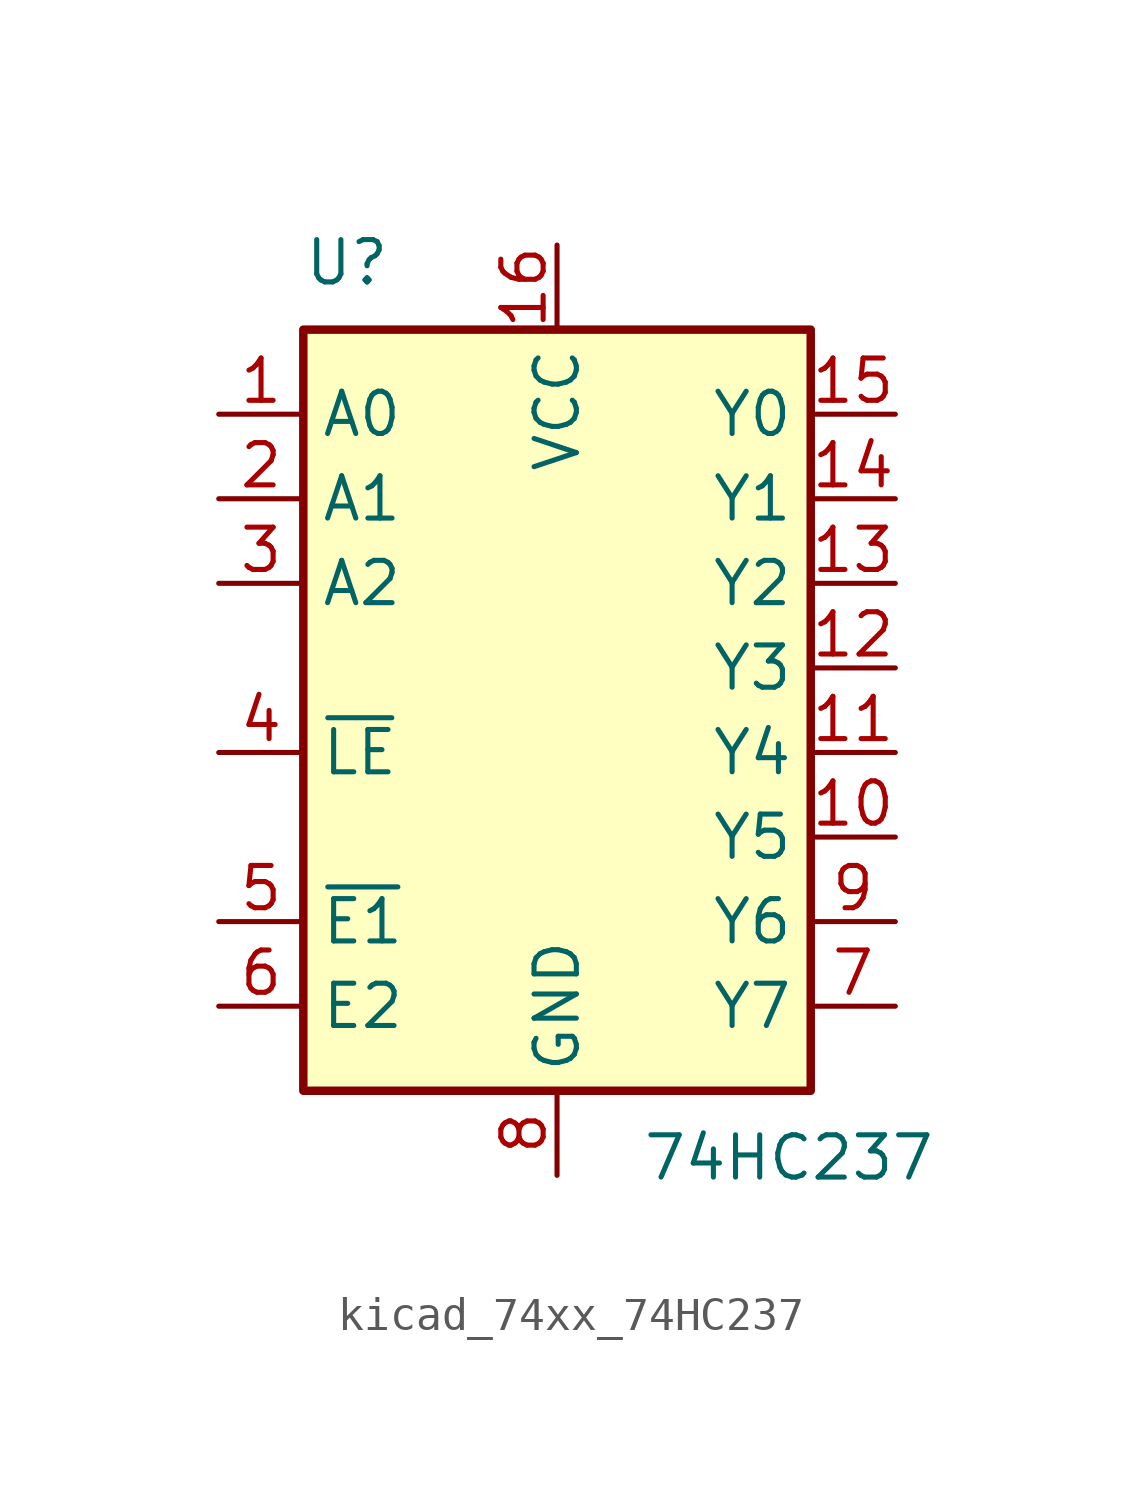
<source format=kicad_sym>
(kicad_symbol_lib
  (version 20220914)
  (generator kicad_symbol_editor)
  (symbol "kicad_74xx_74HC237"
    (property "Reference" "U"
      (at -7.62 13.97 0)
      (effects (font (size 1.27 1.27)) (justify left bottom)))
    (property "Value" "74HC237"
      (at 2.54 -11.43 0)
      (effects (font (size 1.27 1.27)) (justify left top)))
    (symbol "kicad_74xx_74HC237_0_1"
      (rectangle (start -7.62 12.7) (end 7.62 -10.16) (stroke (width 0.254) (type default)) (fill (type background))))
    (symbol "kicad_74xx_74HC237_1_1"
      (pin input line (at -10.16 10.16 0) (length 2.54) (name "A0" (effects (font (size 1.27 1.27)))) (number "1" (effects (font (size 1.27 1.27)))))
      (pin output line (at 10.16 -2.54 180) (length 2.54) (name "Y5" (effects (font (size 1.27 1.27)))) (number "10" (effects (font (size 1.27 1.27)))))
      (pin output line (at 10.16 0 180) (length 2.54) (name "Y4" (effects (font (size 1.27 1.27)))) (number "11" (effects (font (size 1.27 1.27)))))
      (pin output line (at 10.16 2.54 180) (length 2.54) (name "Y3" (effects (font (size 1.27 1.27)))) (number "12" (effects (font (size 1.27 1.27)))))
      (pin output line (at 10.16 5.08 180) (length 2.54) (name "Y2" (effects (font (size 1.27 1.27)))) (number "13" (effects (font (size 1.27 1.27)))))
      (pin output line (at 10.16 7.62 180) (length 2.54) (name "Y1" (effects (font (size 1.27 1.27)))) (number "14" (effects (font (size 1.27 1.27)))))
      (pin output line (at 10.16 10.16 180) (length 2.54) (name "Y0" (effects (font (size 1.27 1.27)))) (number "15" (effects (font (size 1.27 1.27)))))
      (pin power_in line (at 0 15.24 270) (length 2.54) (name "VCC" (effects (font (size 1.27 1.27)))) (number "16" (effects (font (size 1.27 1.27)))))
      (pin input line (at -10.16 7.62 0) (length 2.54) (name "A1" (effects (font (size 1.27 1.27)))) (number "2" (effects (font (size 1.27 1.27)))))
      (pin input line (at -10.16 5.08 0) (length 2.54) (name "A2" (effects (font (size 1.27 1.27)))) (number "3" (effects (font (size 1.27 1.27)))))
      (pin input line (at -10.16 0 0) (length 2.54) (name "~{LE}" (effects (font (size 1.27 1.27)))) (number "4" (effects (font (size 1.27 1.27)))))
      (pin input line (at -10.16 -5.08 0) (length 2.54) (name "~{E1}" (effects (font (size 1.27 1.27)))) (number "5" (effects (font (size 1.27 1.27)))))
      (pin input line (at -10.16 -7.62 0) (length 2.54) (name "E2" (effects (font (size 1.27 1.27)))) (number "6" (effects (font (size 1.27 1.27)))))
      (pin output line (at 10.16 -7.62 180) (length 2.54) (name "Y7" (effects (font (size 1.27 1.27)))) (number "7" (effects (font (size 1.27 1.27)))))
      (pin power_in line (at 0 -12.7 90) (length 2.54) (name "GND" (effects (font (size 1.27 1.27)))) (number "8" (effects (font (size 1.27 1.27)))))
      (pin output line (at 10.16 -5.08 180) (length 2.54) (name "Y6" (effects (font (size 1.27 1.27)))) (number "9" (effects (font (size 1.27 1.27))))))))
</source>
